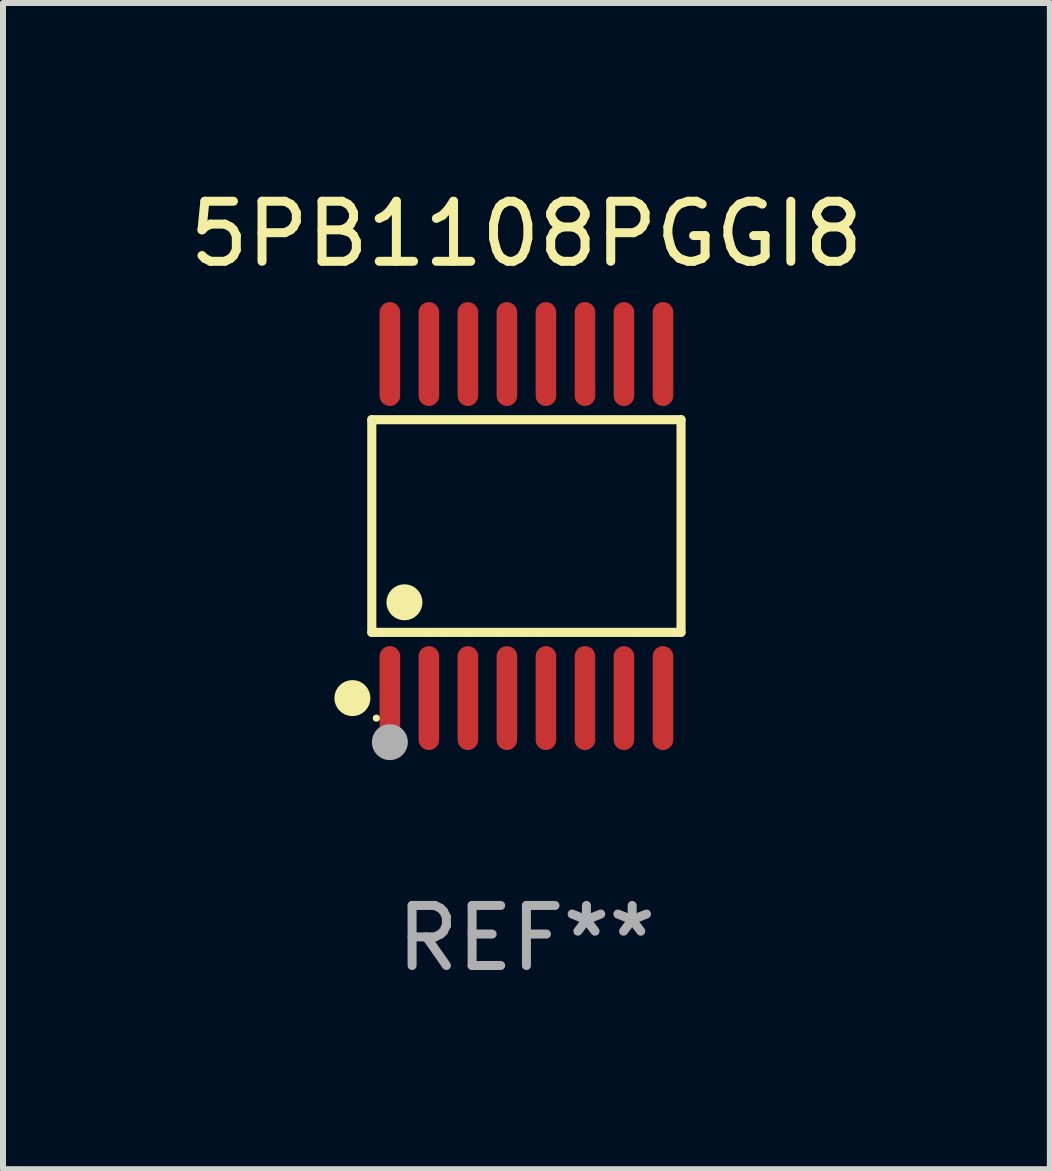
<source format=kicad_pcb>
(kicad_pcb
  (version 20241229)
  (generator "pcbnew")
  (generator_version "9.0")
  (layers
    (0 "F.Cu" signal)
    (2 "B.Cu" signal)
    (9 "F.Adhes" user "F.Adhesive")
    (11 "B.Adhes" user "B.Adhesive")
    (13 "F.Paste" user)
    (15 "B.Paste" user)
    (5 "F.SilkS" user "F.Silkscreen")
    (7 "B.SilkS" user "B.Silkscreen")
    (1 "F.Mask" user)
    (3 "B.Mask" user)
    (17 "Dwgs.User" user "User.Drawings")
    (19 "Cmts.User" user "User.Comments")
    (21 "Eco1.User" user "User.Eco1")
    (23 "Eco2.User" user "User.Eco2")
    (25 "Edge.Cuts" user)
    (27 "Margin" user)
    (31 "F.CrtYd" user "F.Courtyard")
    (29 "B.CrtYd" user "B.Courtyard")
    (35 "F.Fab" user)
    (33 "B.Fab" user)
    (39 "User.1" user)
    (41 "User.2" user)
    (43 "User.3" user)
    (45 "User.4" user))
  (footprint "5PB1108PGGI8"
    (layer "F.Cu")
    (at 5.72 5.714)
    (property "Reference" "5PB1108PGGI8" (at 0 -4.866 0) (layer "F.SilkS") (effects (font (size 1 1) (thickness 0.15))))
    (attr through_hole)
    (fp_line (start -2.576 -1.772) (end 2.576 -1.772) (stroke (width 0.152) (type solid)) (layer "F.SilkS"))
    (fp_line (start -2.576 1.771) (end -2.576 -1.772) (stroke (width 0.152) (type solid)) (layer "F.SilkS"))
    (fp_line (start 2.576 -1.772) (end 2.576 1.771) (stroke (width 0.152) (type solid)) (layer "F.SilkS"))
    (fp_line (start 2.576 1.771) (end -2.576 1.771) (stroke (width 0.152) (type solid)) (layer "F.SilkS"))
    (fp_circle (center -2.899 2.866) (end -2.749 2.866) (stroke (width 0.3) (type solid)) (fill no) (layer "F.SilkS"))
    (fp_circle (center -2.5 3.2) (end -2.47 3.2) (stroke (width 0.06) (type solid)) (fill no) (layer "F.SilkS"))
    (fp_circle (center -2.032 1.27) (end -1.882 1.27) (stroke (width 0.3) (type solid)) (fill no) (layer "F.SilkS"))
    (fp_circle (center -2.275 3.6) (end -2.125 3.6) (stroke (width 0.3) (type solid)) (fill no) (layer "F.Fab"))
    (fp_text user "REF**" (at 0 6.866 0) (layer "F.Fab") (effects (font (size 1 1) (thickness 0.15))))
    (pad "1" smd oval (at -2.275 2.866) (size 0.343 1.731) (layers "F.Cu" "F.Mask" "F.Paste"))
    (pad "2" smd oval (at -1.625 2.866) (size 0.343 1.731) (layers "F.Cu" "F.Mask" "F.Paste"))
    (pad "3" smd oval (at -0.975 2.866) (size 0.343 1.731) (layers "F.Cu" "F.Mask" "F.Paste"))
    (pad "4" smd oval (at -0.325 2.866) (size 0.343 1.731) (layers "F.Cu" "F.Mask" "F.Paste"))
    (pad "5" smd oval (at 0.325 2.866) (size 0.343 1.731) (layers "F.Cu" "F.Mask" "F.Paste"))
    (pad "6" smd oval (at 0.975 2.866) (size 0.343 1.731) (layers "F.Cu" "F.Mask" "F.Paste"))
    (pad "7" smd oval (at 1.625 2.866) (size 0.343 1.731) (layers "F.Cu" "F.Mask" "F.Paste"))
    (pad "8" smd oval (at 2.275 2.866) (size 0.343 1.731) (layers "F.Cu" "F.Mask" "F.Paste"))
    (pad "9" smd oval (at 2.275 -2.866) (size 0.343 1.731) (layers "F.Cu" "F.Mask" "F.Paste"))
    (pad "10" smd oval (at 1.625 -2.866) (size 0.343 1.731) (layers "F.Cu" "F.Mask" "F.Paste"))
    (pad "11" smd oval (at 0.975 -2.866) (size 0.343 1.731) (layers "F.Cu" "F.Mask" "F.Paste"))
    (pad "12" smd oval (at 0.325 -2.866) (size 0.343 1.731) (layers "F.Cu" "F.Mask" "F.Paste"))
    (pad "13" smd oval (at -0.325 -2.866) (size 0.343 1.731) (layers "F.Cu" "F.Mask" "F.Paste"))
    (pad "14" smd oval (at -0.975 -2.866) (size 0.343 1.731) (layers "F.Cu" "F.Mask" "F.Paste"))
    (pad "15" smd oval (at -1.625 -2.866) (size 0.343 1.731) (layers "F.Cu" "F.Mask" "F.Paste"))
    (pad "16" smd oval (at -2.275 -2.866) (size 0.343 1.731) (layers "F.Cu" "F.Mask" "F.Paste")))
  (gr_rect
    (start -3 -3)
    (end 14.44 16.428)
    (stroke (width 0.1) (type default))
    (fill no)
    (layer "Edge.Cuts")))
</source>
